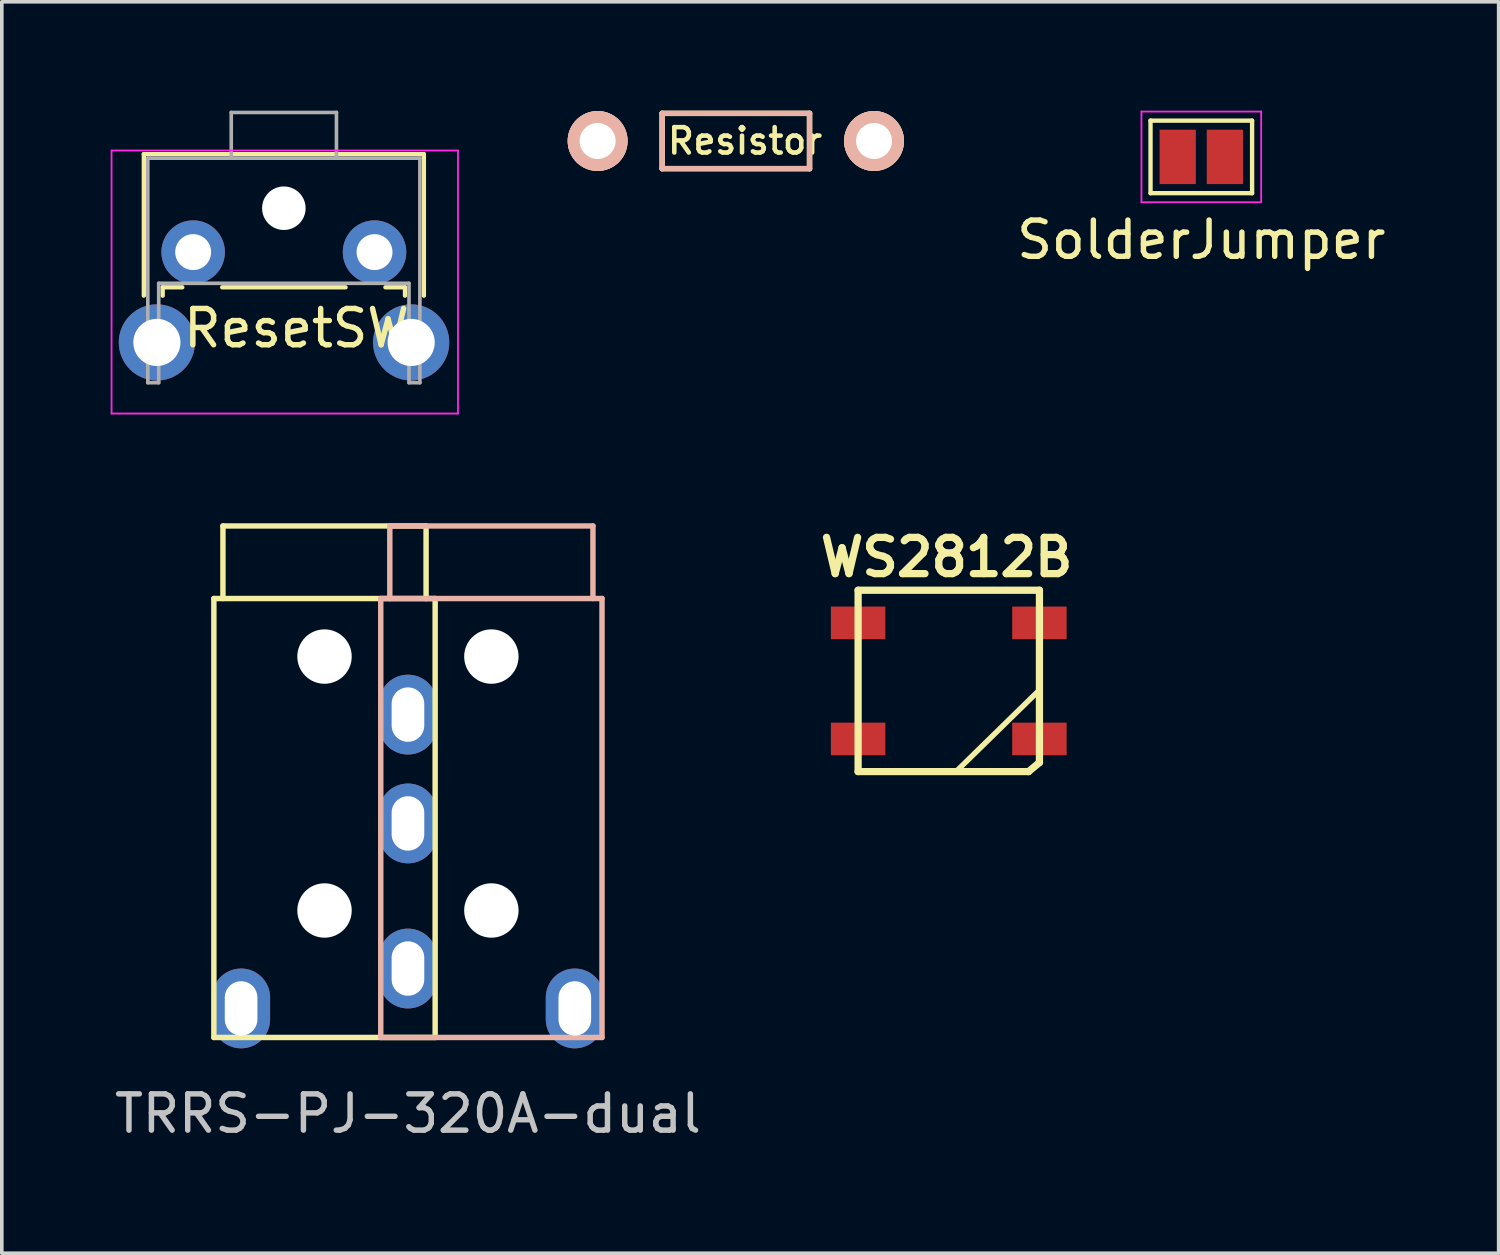
<source format=kicad_pcb>
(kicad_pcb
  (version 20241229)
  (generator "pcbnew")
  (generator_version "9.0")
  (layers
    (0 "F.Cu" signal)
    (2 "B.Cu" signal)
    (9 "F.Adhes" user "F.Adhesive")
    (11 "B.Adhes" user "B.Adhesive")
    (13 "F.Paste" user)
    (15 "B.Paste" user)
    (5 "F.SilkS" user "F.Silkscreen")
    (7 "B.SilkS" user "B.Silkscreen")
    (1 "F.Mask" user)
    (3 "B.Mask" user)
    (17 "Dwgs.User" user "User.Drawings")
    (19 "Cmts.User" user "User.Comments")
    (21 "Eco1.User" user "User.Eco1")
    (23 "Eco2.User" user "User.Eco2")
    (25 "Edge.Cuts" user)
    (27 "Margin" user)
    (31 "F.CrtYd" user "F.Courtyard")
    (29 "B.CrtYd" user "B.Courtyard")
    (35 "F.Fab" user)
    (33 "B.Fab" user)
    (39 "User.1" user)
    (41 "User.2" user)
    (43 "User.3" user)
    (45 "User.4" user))
  (footprint "SolderJumper"
    (layer "F.Cu")
    (at 30.067 1.275)
    (property "Reference" "SolderJumper" (at 0 2.286 0) (layer "F.SilkS") (effects (font (size 1 1) (thickness 0.15))))
    (attr exclude_from_pos_files exclude_from_bom)
    (fp_line (start -1.4 -1) (end 1.4 -1) (stroke (width 0.12) (type solid)) (layer "F.SilkS"))
    (fp_line (start -1.4 1) (end -1.4 -1) (stroke (width 0.12) (type solid)) (layer "F.SilkS"))
    (fp_line (start 1.4 -1) (end 1.4 1) (stroke (width 0.12) (type solid)) (layer "F.SilkS"))
    (fp_line (start 1.4 1) (end -1.4 1) (stroke (width 0.12) (type solid)) (layer "F.SilkS"))
    (fp_line (start -1.65 -1.25) (end -1.65 1.25) (stroke (width 0.05) (type solid)) (layer "F.CrtYd"))
    (fp_line (start -1.65 -1.25) (end 1.65 -1.25) (stroke (width 0.05) (type solid)) (layer "F.CrtYd"))
    (fp_line (start 1.65 1.25) (end -1.65 1.25) (stroke (width 0.05) (type solid)) (layer "F.CrtYd"))
    (fp_line (start 1.65 1.25) (end 1.65 -1.25) (stroke (width 0.05) (type solid)) (layer "F.CrtYd"))
    (pad "1" smd rect (at -0.65 0) (size 1 1.5) (layers "F.Cu" "F.Mask"))
    (pad "2" smd rect (at 0.65 0) (size 1 1.5) (layers "F.Cu" "F.Mask")))
  (footprint "ResetSW"
    (layer "F.Cu")
    (at 5.124 5.499)
    (property "Reference" "ResetSW" (at 0 0.5 0) (layer "F.SilkS") (effects (font (size 1 1) (thickness 0.15))))
    (attr through_hole)
    (fp_line (start -4.209 -4.299) (end -4.209 -0.399) (stroke (width 0.12) (type solid)) (layer "F.SilkS"))
    (fp_line (start -4.209 -4.299) (end 3.511 -4.299) (stroke (width 0.12) (type solid)) (layer "F.SilkS"))
    (fp_line (start -3.689 -0.629) (end -3.689 -0.399) (stroke (width 0.12) (type solid)) (layer "F.SilkS"))
    (fp_line (start -3.689 -0.629) (end -3.149 -0.629) (stroke (width 0.12) (type solid)) (layer "F.SilkS"))
    (fp_line (start -2.049 -0.629) (end 1.351 -0.629) (stroke (width 0.12) (type solid)) (layer "F.SilkS"))
    (fp_line (start 2.451 -0.629) (end 2.991 -0.629) (stroke (width 0.12) (type solid)) (layer "F.SilkS"))
    (fp_line (start 2.991 -0.629) (end 2.991 -0.399) (stroke (width 0.12) (type solid)) (layer "F.SilkS"))
    (fp_line (start 3.511 -4.299) (end 3.511 -0.399) (stroke (width 0.12) (type solid)) (layer "F.SilkS"))
    (fp_line (start -5.099 -4.399) (end 4.451 -4.399) (stroke (width 0.05) (type solid)) (layer "F.CrtYd"))
    (fp_line (start -5.099 2.851) (end -5.099 -4.399) (stroke (width 0.05) (type solid)) (layer "F.CrtYd"))
    (fp_line (start 4.451 -4.399) (end 4.451 2.851) (stroke (width 0.05) (type solid)) (layer "F.CrtYd"))
    (fp_line (start 4.451 2.851) (end -5.099 2.851) (stroke (width 0.05) (type solid)) (layer "F.CrtYd"))
    (fp_line (start -4.099 -4.189) (end 3.401 -4.189) (stroke (width 0.1) (type solid)) (layer "F.Fab"))
    (fp_line (start -4.099 2.001) (end -4.099 -4.189) (stroke (width 0.1) (type solid)) (layer "F.Fab"))
    (fp_line (start -4.099 2.001) (end -3.799 2.001) (stroke (width 0.1) (type solid)) (layer "F.Fab"))
    (fp_line (start -3.799 -0.739) (end 3.101 -0.739) (stroke (width 0.1) (type solid)) (layer "F.Fab"))
    (fp_line (start -3.799 2.001) (end -3.799 -0.739) (stroke (width 0.1) (type solid)) (layer "F.Fab"))
    (fp_line (start -1.799 -5.449) (end -1.799 -4.189) (stroke (width 0.1) (type solid)) (layer "F.Fab"))
    (fp_line (start -1.799 -5.449) (end 1.101 -5.449) (stroke (width 0.1) (type solid)) (layer "F.Fab"))
    (fp_line (start 1.101 -5.449) (end 1.101 -4.189) (stroke (width 0.1) (type solid)) (layer "F.Fab"))
    (fp_line (start 3.101 2.001) (end 3.101 -0.739) (stroke (width 0.1) (type solid)) (layer "F.Fab"))
    (fp_line (start 3.101 2.001) (end 3.401 2.001) (stroke (width 0.1) (type solid)) (layer "F.Fab"))
    (fp_line (start 3.401 2.001) (end 3.401 -4.189) (stroke (width 0.1) (type solid)) (layer "F.Fab"))
    (pad "" thru_hole circle (at -3.849 0.891) (size 2.1 2.1) (drill 1.3) (layers "*.Cu" "*.Mask"))
    (pad "" np_thru_hole circle (at -0.349 -2.809) (size 1.2 1.2) (drill 1.2) (layers "*.Cu" "*.Mask"))
    (pad "" thru_hole circle (at 3.161 0.891) (size 2.1 2.1) (drill 1.3) (layers "*.Cu" "*.Mask"))
    (pad "1" thru_hole circle (at -2.849 -1.599) (size 1.75 1.75) (drill 0.99) (layers "*.Cu" "*.Mask"))
    (pad "2" thru_hole circle (at 2.151 -1.599) (size 1.75 1.75) (drill 0.99) (layers "*.Cu" "*.Mask")))
  (footprint "WS2812B"
    (layer "F.Cu")
    (at 23.105 15.721)
    (property "Reference" "WS2812B" (at -0.06 -3.41 0) (layer "F.SilkS") (effects (font (size 1 1) (thickness 0.2))))
    (attr smd)
    (fp_line (start -2.5 -2.5) (end 2.5 -2.5) (stroke (width 0.2) (type solid)) (layer "F.SilkS"))
    (fp_line (start -2.499 2.499) (end -2.499 -2.499) (stroke (width 0.2) (type solid)) (layer "F.SilkS"))
    (fp_line (start 0.2 2.5) (end 2.5 0.25) (stroke (width 0.15) (type solid)) (layer "F.SilkS"))
    (fp_line (start 2.2 2.5) (end -2.5 2.5) (stroke (width 0.2) (type solid)) (layer "F.SilkS"))
    (fp_line (start 2.2 2.5) (end 2.5 2.25) (stroke (width 0.2) (type solid)) (layer "F.SilkS"))
    (fp_line (start 2.5 2.25) (end 2.5 -2.5) (stroke (width 0.2) (type solid)) (layer "F.SilkS"))
    (pad "1" smd rect (at -2.499 -1.6 90) (size 0.899 1.501) (layers "F.Cu" "F.Mask" "F.Paste"))
    (pad "2" smd rect (at -2.499 1.6 90) (size 0.899 1.501) (layers "F.Cu" "F.Mask" "F.Paste"))
    (pad "3" smd rect (at 2.499 1.6 90) (size 0.899 1.501) (layers "F.Cu" "F.Mask" "F.Paste"))
    (pad "4" smd rect (at 2.499 -1.6 90) (size 0.899 1.501) (layers "F.Cu" "F.Mask" "F.Paste")))
  (footprint "Resistor"
    (layer "F.Cu")
    (at 17.235 0.837)
    (property "Reference" "Resistor" (at 0.254 0 0) (layer "F.SilkS") (effects (font (size 0.7 0.7) (thickness 0.125))))
    (attr through_hole)
    (fp_line (start -2.032 -0.762) (end -2.032 0.762) (stroke (width 0.15) (type solid)) (layer "F.SilkS"))
    (fp_line (start -2.032 0.762) (end 2.032 0.762) (stroke (width 0.15) (type solid)) (layer "F.SilkS"))
    (fp_line (start 2.032 -0.762) (end -2.032 -0.762) (stroke (width 0.15) (type solid)) (layer "F.SilkS"))
    (fp_line (start 2.032 0.762) (end 2.032 -0.762) (stroke (width 0.15) (type solid)) (layer "F.SilkS"))
    (fp_line (start -2.032 -0.762) (end 2.032 -0.762) (stroke (width 0.15) (type solid)) (layer "B.SilkS"))
    (fp_line (start -2.032 0.762) (end -2.032 -0.762) (stroke (width 0.15) (type solid)) (layer "B.SilkS"))
    (fp_line (start 2.032 -0.762) (end 2.032 0.762) (stroke (width 0.15) (type solid)) (layer "B.SilkS"))
    (fp_line (start 2.032 0.762) (end -2.032 0.762) (stroke (width 0.15) (type solid)) (layer "B.SilkS"))
    (pad "1" thru_hole circle (at 3.81 0 180) (size 1.651 1.651) (drill 0.991) (layers "*.Cu" "*.SilkS" "*.Mask"))
    (pad "2" thru_hole circle (at -3.81 0 180) (size 1.651 1.651) (drill 0.991) (layers "*.Cu" "*.SilkS" "*.Mask")))
  (footprint "TRRS-PJ-320A-dual"
    (layer "F.Cu")
    (at 8.196 13.45)
    (property "Reference" "TRRS-PJ-320A-dual" (at 0 14.2 0) (layer "Dwgs.User") (effects (font (size 1 1) (thickness 0.15))))
    (attr through_hole)
    (fp_line (start -5.35 0) (end -5.35 12.1) (stroke (width 0.15) (type solid)) (layer "F.SilkS"))
    (fp_line (start -5.1 0) (end -5.1 -2) (stroke (width 0.15) (type solid)) (layer "F.SilkS"))
    (fp_line (start 0.5 -2) (end -5.1 -2) (stroke (width 0.15) (type solid)) (layer "F.SilkS"))
    (fp_line (start 0.5 0) (end 0.5 -2) (stroke (width 0.15) (type solid)) (layer "F.SilkS"))
    (fp_line (start 0.75 0) (end -5.35 0) (stroke (width 0.15) (type solid)) (layer "F.SilkS"))
    (fp_line (start 0.75 0) (end 0.75 12.1) (stroke (width 0.15) (type solid)) (layer "F.SilkS"))
    (fp_line (start 0.75 12.1) (end -5.35 12.1) (stroke (width 0.15) (type solid)) (layer "F.SilkS"))
    (fp_line (start -0.75 0) (end -0.75 12.1) (stroke (width 0.15) (type solid)) (layer "B.SilkS"))
    (fp_line (start -0.75 0) (end 5.35 0) (stroke (width 0.15) (type solid)) (layer "B.SilkS"))
    (fp_line (start -0.75 12.1) (end 5.35 12.1) (stroke (width 0.15) (type solid)) (layer "B.SilkS"))
    (fp_line (start -0.5 -2) (end 5.1 -2) (stroke (width 0.15) (type solid)) (layer "B.SilkS"))
    (fp_line (start -0.5 0) (end -0.5 -2) (stroke (width 0.15) (type solid)) (layer "B.SilkS"))
    (fp_line (start 5.1 0) (end 5.1 -2) (stroke (width 0.15) (type solid)) (layer "B.SilkS"))
    (fp_line (start 5.35 0) (end 5.35 12.1) (stroke (width 0.15) (type solid)) (layer "B.SilkS"))
    (pad "" np_thru_hole circle (at -2.3 1.6) (size 1.5 1.5) (drill 1.5) (layers "*.Cu" "*.Mask"))
    (pad "" np_thru_hole circle (at -2.3 8.6) (size 1.5 1.5) (drill 1.5) (layers "*.Cu" "*.Mask"))
    (pad "" np_thru_hole circle (at 2.3 1.6) (size 1.5 1.5) (drill 1.5) (layers "*.Cu" "*.Mask"))
    (pad "" np_thru_hole circle (at 2.3 8.6) (size 1.5 1.5) (drill 1.5) (layers "*.Cu" "*.Mask"))
    (pad "1" thru_hole oval (at -4.6 11.3) (size 1.6 2.2) (drill oval 0.9 1.5) (layers "*.Cu" "*.Mask"))
    (pad "1" thru_hole oval (at 4.6 11.3) (size 1.6 2.2) (drill oval 0.9 1.5) (layers "*.Cu" "*.Mask"))
    (pad "2" thru_hole oval (at 0 10.2) (size 1.6 2.2) (drill oval 0.9 1.5) (layers "*.Cu" "*.Mask"))
    (pad "3" thru_hole oval (at 0 6.2) (size 1.6 2.2) (drill oval 0.9 1.5) (layers "*.Cu" "*.Mask"))
    (pad "4" thru_hole oval (at 0 3.2) (size 1.6 2.2) (drill oval 0.9 1.5) (layers "*.Cu" "*.Mask")))
  (gr_rect
    (start -3 -3)
    (end 38.264 31.498)
    (stroke (width 0.1) (type default))
    (fill no)
    (layer "Edge.Cuts")))
</source>
